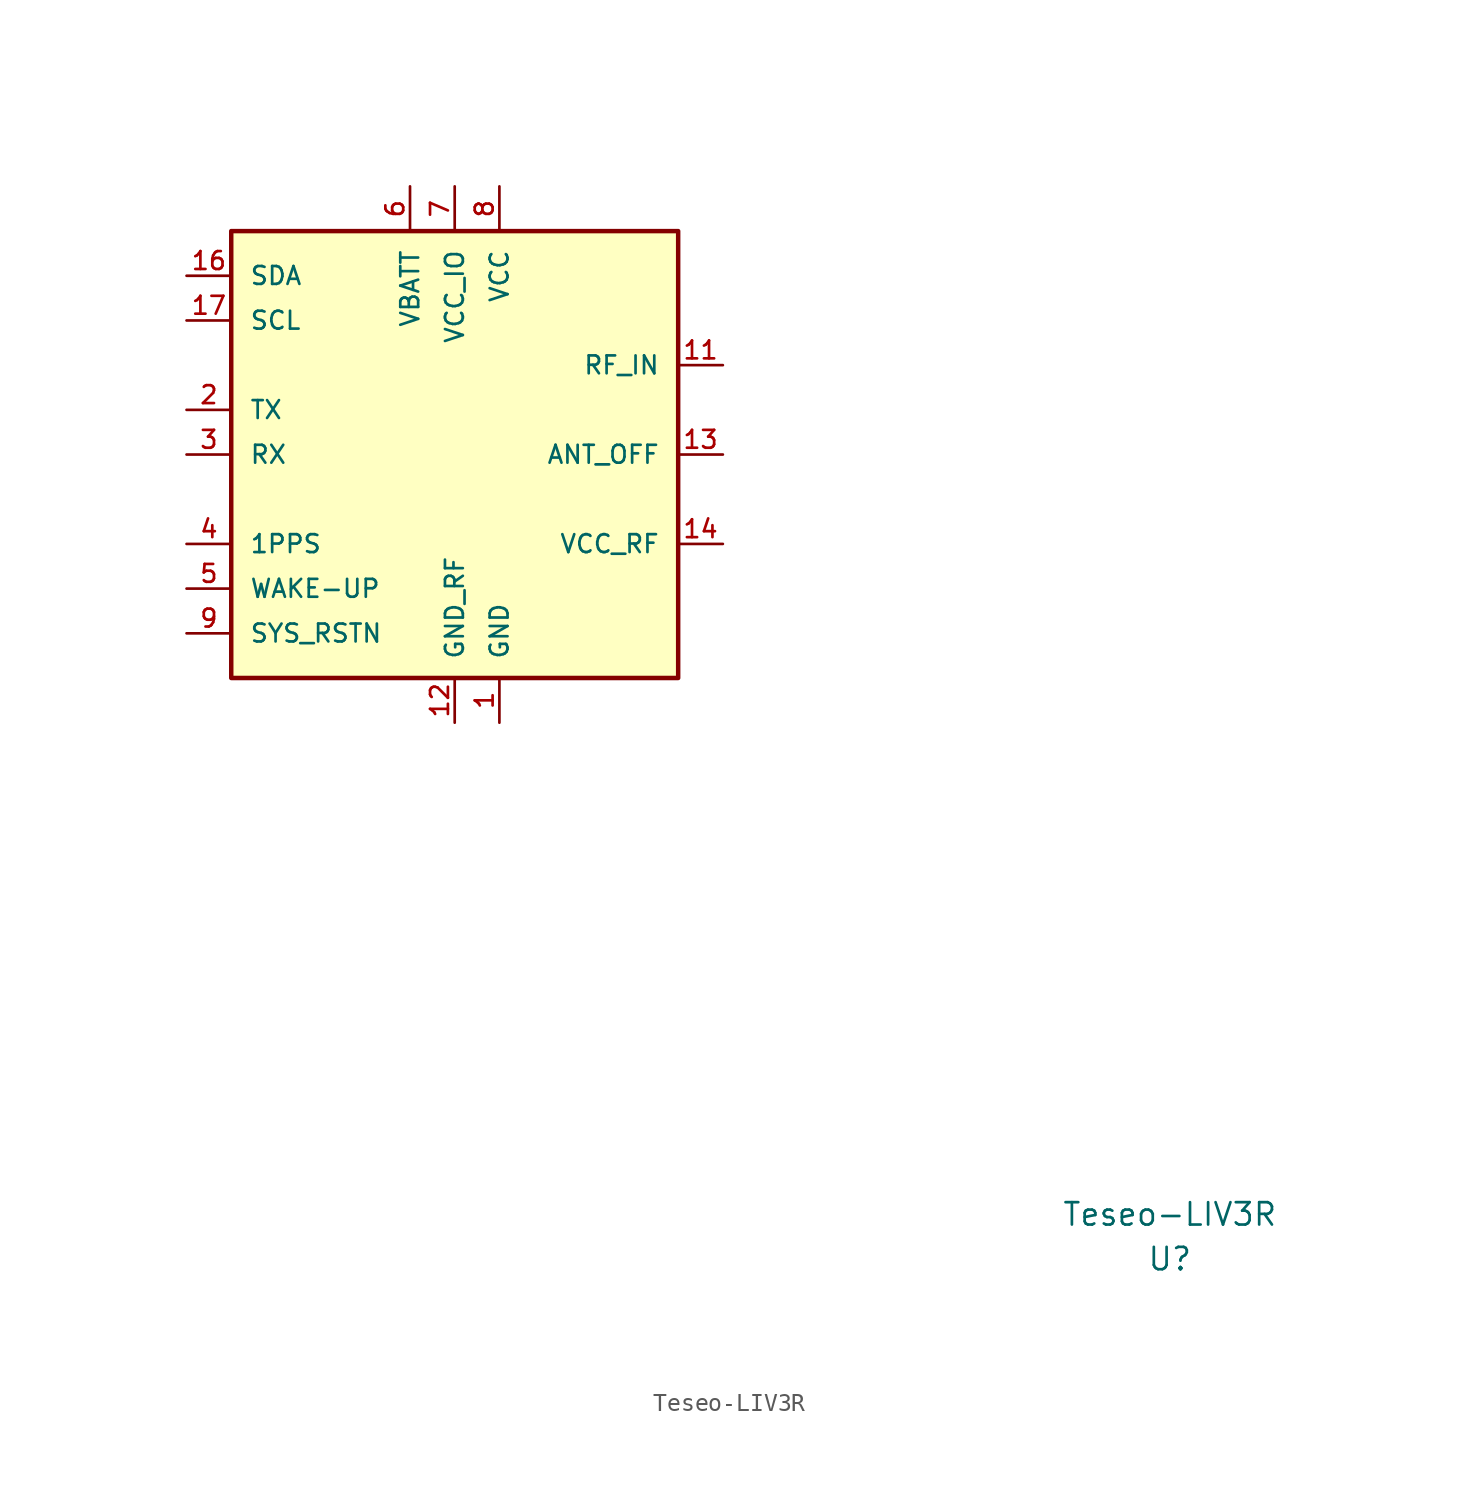
<source format=kicad_sym>
(kicad_symbol_lib
  (version 20220914)
  (generator kicad_symbol_editor)
  (symbol "Teseo-LIV3R"
    (pin_names
      (offset 1.016))
    (property "Reference" "U"
      (at 40.64 -45.72 0)
      (effects (font (size 1.27 1.27))))
    (property "Value" "Teseo-LIV3R"
      (at 40.64 -43.18 0)
      (effects (font (size 1.27 1.27))))
    (symbol "Teseo-LIV3R_0_0"
      (rectangle (start -12.7 12.7) (end 12.7 -12.7) (stroke (width 0.254) (type default)) (fill (type background)))
      (pin power_in line (at 2.54 -15.24 90) (length 2.54) (name "GND" (effects (font (size 1.016 1.016)))) (number "1" (effects (font (size 1.016 1.016)))))
      (pin input line (at 15.24 5.08 180) (length 2.54) (name "RF_IN" (effects (font (size 1.016 1.016)))) (number "11" (effects (font (size 1.016 1.016)))))
      (pin power_in line (at 0 -15.24 90) (length 2.54) (name "GND_RF" (effects (font (size 1.016 1.016)))) (number "12" (effects (font (size 1.016 1.016)))))
      (pin output line (at 15.24 0 180) (length 2.54) (name "ANT_OFF" (effects (font (size 1.016 1.016)))) (number "13" (effects (font (size 1.016 1.016)))))
      (pin power_out line (at 15.24 -5.08 180) (length 2.54) (name "VCC_RF" (effects (font (size 1.016 1.016)))) (number "14" (effects (font (size 1.016 1.016)))))
      (pin bidirectional line (at -15.24 10.16 0) (length 2.54) (name "SDA" (effects (font (size 1.016 1.016)))) (number "16" (effects (font (size 1.016 1.016)))))
      (pin input line (at -15.24 7.62 0) (length 2.54) (name "SCL" (effects (font (size 1.016 1.016)))) (number "17" (effects (font (size 1.016 1.016)))))
      (pin output line (at -15.24 2.54 0) (length 2.54) (name "TX" (effects (font (size 1.016 1.016)))) (number "2" (effects (font (size 1.016 1.016)))))
      (pin input line (at -15.24 0 0) (length 2.54) (name "RX" (effects (font (size 1.016 1.016)))) (number "3" (effects (font (size 1.016 1.016)))))
      (pin output line (at -15.24 -5.08 0) (length 2.54) (name "1PPS" (effects (font (size 1.016 1.016)))) (number "4" (effects (font (size 1.016 1.016)))))
      (pin input line (at -15.24 -7.62 0) (length 2.54) (name "WAKE-UP" (effects (font (size 1.016 1.016)))) (number "5" (effects (font (size 1.016 1.016)))))
      (pin power_in line (at -2.54 15.24 270) (length 2.54) (name "VBATT" (effects (font (size 1.016 1.016)))) (number "6" (effects (font (size 1.016 1.016)))))
      (pin power_in line (at 0 15.24 270) (length 2.54) (name "VCC_IO" (effects (font (size 1.016 1.016)))) (number "7" (effects (font (size 1.016 1.016)))))
      (pin power_in line (at 2.54 15.24 270) (length 2.54) (name "VCC" (effects (font (size 1.016 1.016)))) (number "8" (effects (font (size 1.016 1.016)))))
      (pin input line (at -15.24 -10.16 0) (length 2.54) (name "SYS_RSTN" (effects (font (size 1.016 1.016)))) (number "9" (effects (font (size 1.016 1.016))))))
    (symbol "Teseo-LIV3R_1_0"
      (pin power_in line (at 0 -15.24 90) (length 2.54) hide (name "GND_RF" (effects (font (size 1.016 1.016)))) (number "10" (effects (font (size 1.016 1.016)))))
      (pin no_connect line (at 15.24 -10.16 180) (length 2.54) hide (name "RESERVED" (effects (font (size 1.016 1.016)))) (number "15" (effects (font (size 1.016 1.016)))))
      (pin no_connect line (at 15.24 -10.16 180) (length 2.54) hide (name "RESERVED" (effects (font (size 1.016 1.016)))) (number "18" (effects (font (size 1.016 1.016))))))))
</source>
